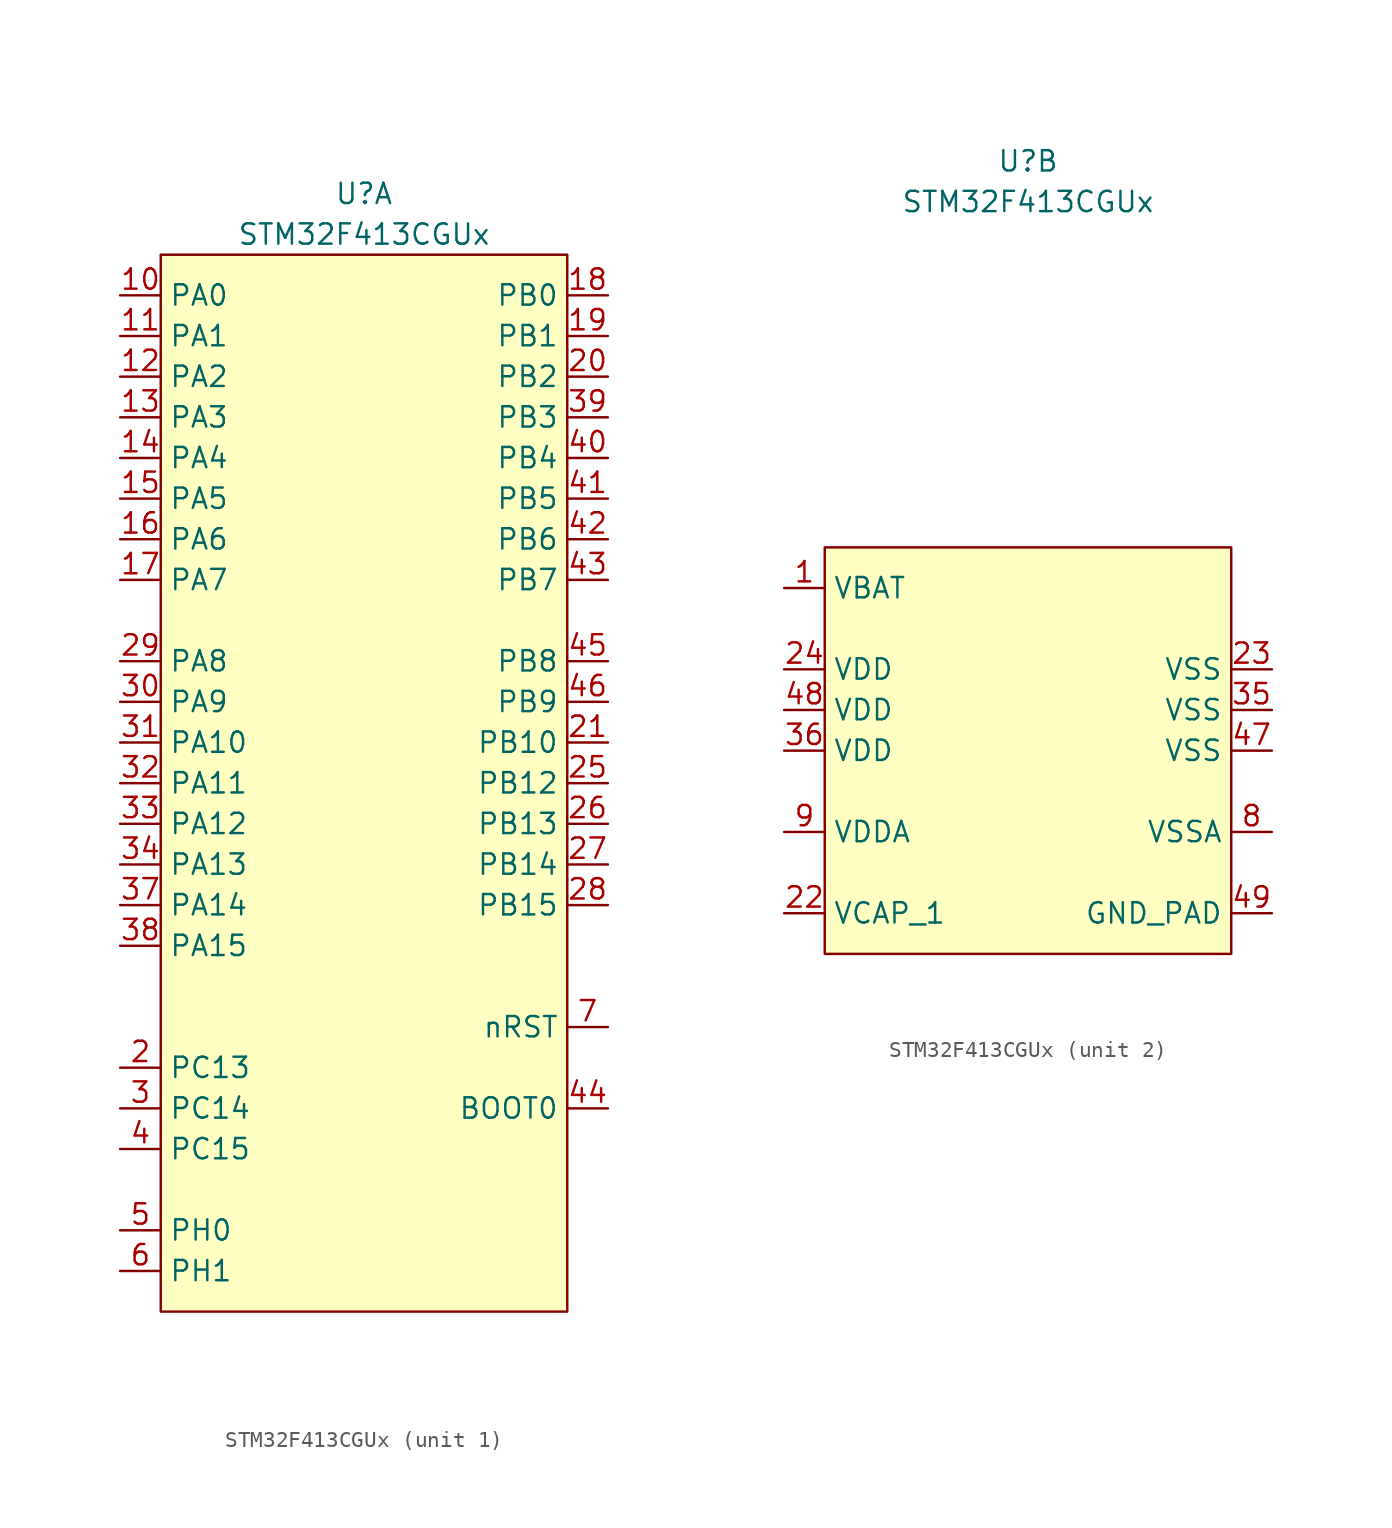
<source format=kicad_sym>
(kicad_symbol_lib
  (version 20241209)
  (generator "kicad_symbol_editor")
  (generator_version "9.0")
  (symbol "STM32F413CGUx"
    (property "Reference" "U"
      (at 0 36.83 0)
      (do_not_autoplace)
      (effects (font (size 1.27 1.27))))
    (property "Value" "STM32F413CGUx"
      (at 0 34.29 0)
      (do_not_autoplace)
      (effects (font (size 1.27 1.27))))
    (property "ki_locked" ""
      (at 0 0 0)
      (effects (font (size 1.27 1.27))))
    (symbol "STM32F413CGUx_1_0"
      (pin bidirectional line (at -15.24 30.48 0) (length 2.54) (name "PA0" (effects (font (size 1.27 1.27)))) (number "10" (effects (font (size 1.27 1.27)))) (alternate "UART4_TX" output line) (alternate "USART2_CTS" output line))
      (pin bidirectional line (at -15.24 27.94 0) (length 2.54) (name "PA1" (effects (font (size 1.27 1.27)))) (number "11" (effects (font (size 1.27 1.27)))) (alternate "QUADSPI_BK1_IO3" bidirectional line) (alternate "SPI4_MOSI" output line) (alternate "UART4_RX" input line) (alternate "USART2_RTS" input line))
      (pin bidirectional line (at -15.24 25.4 0) (length 2.54) (name "PA2" (effects (font (size 1.27 1.27)))) (number "12" (effects (font (size 1.27 1.27)))) (alternate "USART2_TX" output line))
      (pin bidirectional line (at -15.24 22.86 0) (length 2.54) (name "PA3" (effects (font (size 1.27 1.27)))) (number "13" (effects (font (size 1.27 1.27)))) (alternate "USART2_RX" input line))
      (pin bidirectional line (at -15.24 20.32 0) (length 2.54) (name "PA4" (effects (font (size 1.27 1.27)))) (number "14" (effects (font (size 1.27 1.27)))) (alternate "SPI1_NSS" output line) (alternate "SPI3_NSS" output line) (alternate "USART2_CK" output clock))
      (pin bidirectional line (at -15.24 17.78 0) (length 2.54) (name "PA5" (effects (font (size 1.27 1.27)))) (number "15" (effects (font (size 1.27 1.27)))) (alternate "SPI1_SCK" output clock))
      (pin bidirectional line (at -15.24 15.24 0) (length 2.54) (name "PA6" (effects (font (size 1.27 1.27)))) (number "16" (effects (font (size 1.27 1.27)))) (alternate "QUADSPI_BK2_IO0" bidirectional line) (alternate "SDIO_CMD" output line) (alternate "SPI1_MISO" input line))
      (pin bidirectional line (at -15.24 12.7 0) (length 2.54) (name "PA7" (effects (font (size 1.27 1.27)))) (number "17" (effects (font (size 1.27 1.27)))) (alternate "QUADSPI_BK2_IO1" bidirectional line) (alternate "SPI1_MOSI" output line))
      (pin bidirectional line (at -15.24 7.62 0) (length 2.54) (name "PA8" (effects (font (size 1.27 1.27)))) (number "29" (effects (font (size 1.27 1.27)))) (alternate "I2C3_SCL" output clock) (alternate "SDIO_D1" bidirectional line) (alternate "UART7_RX" input line) (alternate "USART1_CK" output clock) (alternate "USB_FS_SOF" unspecified line))
      (pin bidirectional line (at -15.24 5.08 0) (length 2.54) (name "PA9" (effects (font (size 1.27 1.27)))) (number "30" (effects (font (size 1.27 1.27)))) (alternate "I2C3_SMBA" output line) (alternate "SDIO_D2" bidirectional line) (alternate "SPI2_SCK" output clock) (alternate "USART1_TX" output line) (alternate "USB_FS_VBUS" power_in line))
      (pin bidirectional line (at -15.24 2.54 0) (length 2.54) (name "PA10" (effects (font (size 1.27 1.27)))) (number "31" (effects (font (size 1.27 1.27)))) (alternate "SPI2_MOSI" output line) (alternate "SPI5_MOSI" output line) (alternate "USART1_RX" input line) (alternate "USB_FS_ID" output line))
      (pin bidirectional line (at -15.24 0 0) (length 2.54) (name "PA11" (effects (font (size 1.27 1.27)))) (number "32" (effects (font (size 1.27 1.27)))) (alternate "CAN1_RX" input line) (alternate "SPI2_NSS" output line) (alternate "SPI4_MISO" input line) (alternate "UART4_RX" input line) (alternate "USART1_CTS" output line) (alternate "USART6_TX" output inverted) (alternate "USB_FS_DM" bidirectional inverted))
      (pin bidirectional line (at -15.24 -2.54 0) (length 2.54) (name "PA12" (effects (font (size 1.27 1.27)))) (number "33" (effects (font (size 1.27 1.27)))) (alternate "CAN1_TX" output line) (alternate "SPI2_MISO" input line) (alternate "SPI5_MISO" input line) (alternate "UART4_TX" output line) (alternate "USART1_RTS" input line) (alternate "USART6_RX" input line) (alternate "USB_FS_DP" bidirectional line))
      (pin bidirectional line (at -15.24 -5.08 0) (length 2.54) (name "PA13" (effects (font (size 1.27 1.27)))) (number "34" (effects (font (size 1.27 1.27)))) (alternate "JTMS" bidirectional line) (alternate "SWDIO" bidirectional line))
      (pin bidirectional line (at -15.24 -7.62 0) (length 2.54) (name "PA14" (effects (font (size 1.27 1.27)))) (number "37" (effects (font (size 1.27 1.27)))) (alternate "JTCK" input clock) (alternate "SWCLK" input clock))
      (pin bidirectional line (at -15.24 -10.16 0) (length 2.54) (name "PA15" (effects (font (size 1.27 1.27)))) (number "38" (effects (font (size 1.27 1.27)))) (alternate "CAN3_TX" output line) (alternate "JTDI" output line) (alternate "SPI1_NSS" output line) (alternate "SPI3_NSS" output line) (alternate "UART7_TX" output line) (alternate "USART1_TX" output line))
      (pin bidirectional line (at -15.24 -17.78 0) (length 2.54) (name "PC13" (effects (font (size 1.27 1.27)))) (number "2" (effects (font (size 1.27 1.27)))))
      (pin bidirectional line (at -15.24 -20.32 0) (length 2.54) (name "PC14" (effects (font (size 1.27 1.27)))) (number "3" (effects (font (size 1.27 1.27)))) (alternate "OSC32_IN" input clock))
      (pin bidirectional line (at -15.24 -22.86 0) (length 2.54) (name "PC15" (effects (font (size 1.27 1.27)))) (number "4" (effects (font (size 1.27 1.27)))) (alternate "OSC32_OUT" output clock))
      (pin bidirectional line (at -15.24 -27.94 0) (length 2.54) (name "PH0" (effects (font (size 1.27 1.27)))) (number "5" (effects (font (size 1.27 1.27)))) (alternate "OSC_IN" input clock))
      (pin bidirectional line (at -15.24 -30.48 0) (length 2.54) (name "PH1" (effects (font (size 1.27 1.27)))) (number "6" (effects (font (size 1.27 1.27)))) (alternate "OSC_OUT" output clock))
      (pin bidirectional line (at 15.24 30.48 180) (length 2.54) (name "PB0" (effects (font (size 1.27 1.27)))) (number "18" (effects (font (size 1.27 1.27)))) (alternate "SPI5_SCK" output clock))
      (pin bidirectional line (at 15.24 27.94 180) (length 2.54) (name "PB1" (effects (font (size 1.27 1.27)))) (number "19" (effects (font (size 1.27 1.27)))) (alternate "QUADSPI_CLK" bidirectional line) (alternate "SPI5_NSS" bidirectional line))
      (pin bidirectional line (at 15.24 25.4 180) (length 2.54) (name "PB2" (effects (font (size 1.27 1.27)))) (number "20" (effects (font (size 1.27 1.27)))) (alternate "QUADSPI_CLK" output clock))
      (pin bidirectional line (at 15.24 22.86 180) (length 2.54) (name "PB3" (effects (font (size 1.27 1.27)))) (number "39" (effects (font (size 1.27 1.27)))) (alternate "CAN3_RX" input line) (alternate "I2C2_SDA" bidirectional line) (alternate "I2CFMP1_SDA" bidirectional line) (alternate "JTDO" input line) (alternate "SPI1_SCK" output clock) (alternate "SPI3_SCK" output clock) (alternate "SWO" input line) (alternate "UART7_RX" input line) (alternate "USART1_RX" input line))
      (pin bidirectional line (at 15.24 20.32 180) (length 2.54) (name "PB4" (effects (font (size 1.27 1.27)))) (number "40" (effects (font (size 1.27 1.27)))) (alternate "CAN3_TX" output line) (alternate "I2C3_SDA" bidirectional line) (alternate "JTRST" input line) (alternate "SDIO_D0" bidirectional line) (alternate "SPI1_MISO" input line) (alternate "SPI3_MISO" input line) (alternate "UART7_TX" output line))
      (pin bidirectional line (at 15.24 17.78 180) (length 2.54) (name "PB5" (effects (font (size 1.27 1.27)))) (number "41" (effects (font (size 1.27 1.27)))) (alternate "CAN2_RX" input line) (alternate "I2C1_SMBA" output line) (alternate "SDIO_D3" bidirectional line) (alternate "SPI1_MOSI" output line) (alternate "SPI3_MOSI" output line) (alternate "UART5_RX" input line))
      (pin bidirectional line (at 15.24 15.24 180) (length 2.54) (name "PB6" (effects (font (size 1.27 1.27)))) (number "42" (effects (font (size 1.27 1.27)))) (alternate "CAN2_TX" output line) (alternate "I2C1_SCL" output clock) (alternate "QUADSPI_BK1_NCS" output line) (alternate "SDIO_D0" bidirectional line) (alternate "UART5_TX" output line) (alternate "USART1_TX" output line))
      (pin bidirectional line (at 15.24 12.7 180) (length 2.54) (name "PB7" (effects (font (size 1.27 1.27)))) (number "43" (effects (font (size 1.27 1.27)))) (alternate "I2C1_SDA" bidirectional line) (alternate "USART1_RX" input line))
      (pin bidirectional line (at 15.24 7.62 180) (length 2.54) (name "PB8" (effects (font (size 1.27 1.27)))) (number "45" (effects (font (size 1.27 1.27)))) (alternate "CAN1_RX" input line) (alternate "I2C1_SCL" output clock) (alternate "I2C3_SDA" bidirectional line) (alternate "SDIO_D4" bidirectional line) (alternate "SPI5_MOSI" output line) (alternate "UART5_RX" input line))
      (pin bidirectional line (at 15.24 5.08 180) (length 2.54) (name "PB9" (effects (font (size 1.27 1.27)))) (number "46" (effects (font (size 1.27 1.27)))) (alternate "CAN1_TX" output line) (alternate "I2C1_SDA" bidirectional line) (alternate "I2C2_SDA" bidirectional line) (alternate "SDIO_D5" bidirectional line) (alternate "SPI2_NSS" output line) (alternate "UART5_TX" output line))
      (pin bidirectional line (at 15.24 2.54 180) (length 2.54) (name "PB10" (effects (font (size 1.27 1.27)))) (number "21" (effects (font (size 1.27 1.27)))) (alternate "I2C2_SCL" output clock) (alternate "I2CFMP1_SCL" output clock) (alternate "SDIO_D7" bidirectional line) (alternate "SPI2_SCK" output clock) (alternate "USART3_TX" output line))
      (pin bidirectional line (at 15.24 0 180) (length 2.54) (name "PB12" (effects (font (size 1.27 1.27)))) (number "25" (effects (font (size 1.27 1.27)))) (alternate "CAN2_RX" input line) (alternate "I2C2_SMBA" output line) (alternate "SPI2_NSS" output line) (alternate "SPI3_SCK" output clock) (alternate "SPI4_NSS" output line) (alternate "UART5_RX" input line) (alternate "USART3_CK" output clock))
      (pin bidirectional line (at 15.24 -2.54 180) (length 2.54) (name "PB13" (effects (font (size 1.27 1.27)))) (number "26" (effects (font (size 1.27 1.27)))) (alternate "CAN2_TX" output line) (alternate "I2CFMP1_SMBA" output line) (alternate "SPI2_SCK" output clock) (alternate "SPI4_SCK" output clock) (alternate "UART5_TX" output line) (alternate "USART3_CTS" output line))
      (pin bidirectional line (at 15.24 -5.08 180) (length 2.54) (name "PB14" (effects (font (size 1.27 1.27)))) (number "27" (effects (font (size 1.27 1.27)))) (alternate "I2CFMP1_SDA" bidirectional line) (alternate "SDIO_D6" bidirectional line) (alternate "SPI2_MISO" input line) (alternate "USART3_RTS" input line))
      (pin bidirectional line (at 15.24 -7.62 180) (length 2.54) (name "PB15" (effects (font (size 1.27 1.27)))) (number "28" (effects (font (size 1.27 1.27)))) (alternate "I2CFMP1_SCL" output clock) (alternate "SDIO_CK" output clock) (alternate "SPI2_MOSI" output line))
      (pin input line (at 15.24 -15.24 180) (length 2.54) (name "nRST" (effects (font (size 1.27 1.27)))) (number "7" (effects (font (size 1.27 1.27)))))
      (pin input line (at 15.24 -20.32 180) (length 2.54) (name "BOOT0" (effects (font (size 1.27 1.27)))) (number "44" (effects (font (size 1.27 1.27))))))
    (symbol "STM32F413CGUx_1_1"
      (rectangle (start -12.7 33.02) (end 12.7 -33.02) (stroke (width 0) (type solid)) (fill (type background))))
    (symbol "STM32F413CGUx_2_0"
      (pin power_in line (at -15.24 10.16 0) (length 2.54) (name "VBAT" (effects (font (size 1.27 1.27)))) (number "1" (effects (font (size 1.27 1.27)))))
      (pin power_in line (at -15.24 5.08 0) (length 2.54) (name "VDD" (effects (font (size 1.27 1.27)))) (number "24" (effects (font (size 1.27 1.27)))))
      (pin power_in line (at -15.24 2.54 0) (length 2.54) (name "VDD" (effects (font (size 1.27 1.27)))) (number "48" (effects (font (size 1.27 1.27)))))
      (pin power_in line (at -15.24 0 0) (length 2.54) (name "VDD" (effects (font (size 1.27 1.27)))) (number "36" (effects (font (size 1.27 1.27)))))
      (pin power_in line (at -15.24 -5.08 0) (length 2.54) (name "VDDA" (effects (font (size 1.27 1.27)))) (number "9" (effects (font (size 1.27 1.27)))) (alternate "VREF+" power_in line))
      (pin power_in line (at -15.24 -10.16 0) (length 2.54) (name "VCAP_1" (effects (font (size 1.27 1.27)))) (number "22" (effects (font (size 1.27 1.27)))))
      (pin power_in line (at 15.24 5.08 180) (length 2.54) (name "VSS" (effects (font (size 1.27 1.27)))) (number "23" (effects (font (size 1.27 1.27)))))
      (pin power_in line (at 15.24 2.54 180) (length 2.54) (name "VSS" (effects (font (size 1.27 1.27)))) (number "35" (effects (font (size 1.27 1.27)))))
      (pin power_in line (at 15.24 0 180) (length 2.54) (name "VSS" (effects (font (size 1.27 1.27)))) (number "47" (effects (font (size 1.27 1.27)))))
      (pin power_in line (at 15.24 -5.08 180) (length 2.54) (name "VSSA" (effects (font (size 1.27 1.27)))) (number "8" (effects (font (size 1.27 1.27)))) (alternate "VREF-" power_in inverted))
      (pin power_in line (at 15.24 -10.16 180) (length 2.54) (name "GND_PAD" (effects (font (size 1.27 1.27)))) (number "49" (effects (font (size 1.27 1.27))))))
    (symbol "STM32F413CGUx_2_1"
      (rectangle (start -12.7 12.7) (end 12.7 -12.7) (stroke (width 0) (type solid)) (fill (type background))))))
</source>
